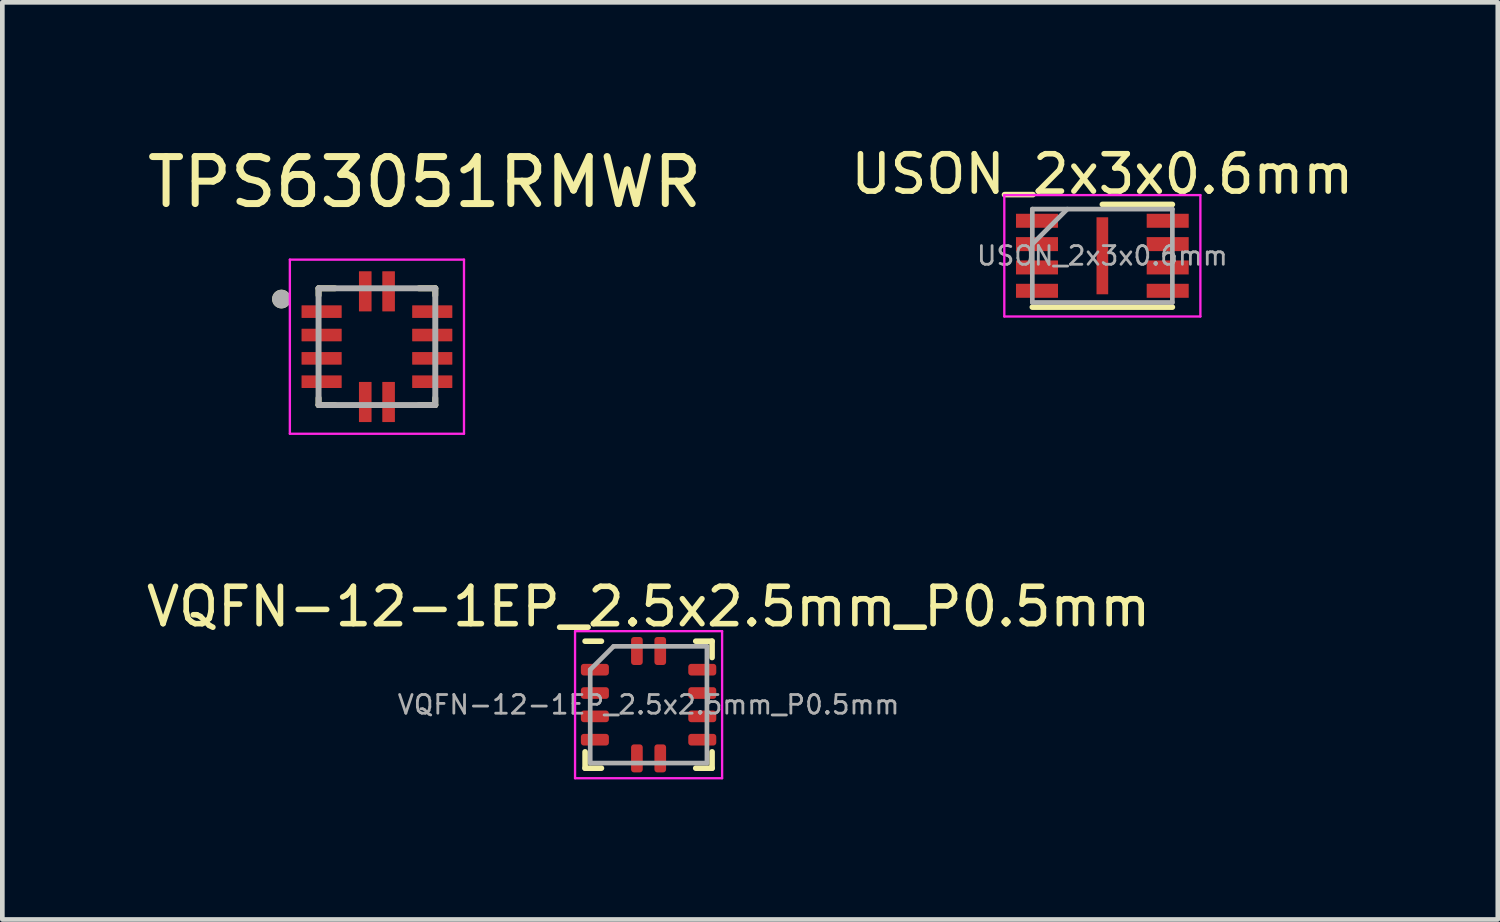
<source format=kicad_pcb>
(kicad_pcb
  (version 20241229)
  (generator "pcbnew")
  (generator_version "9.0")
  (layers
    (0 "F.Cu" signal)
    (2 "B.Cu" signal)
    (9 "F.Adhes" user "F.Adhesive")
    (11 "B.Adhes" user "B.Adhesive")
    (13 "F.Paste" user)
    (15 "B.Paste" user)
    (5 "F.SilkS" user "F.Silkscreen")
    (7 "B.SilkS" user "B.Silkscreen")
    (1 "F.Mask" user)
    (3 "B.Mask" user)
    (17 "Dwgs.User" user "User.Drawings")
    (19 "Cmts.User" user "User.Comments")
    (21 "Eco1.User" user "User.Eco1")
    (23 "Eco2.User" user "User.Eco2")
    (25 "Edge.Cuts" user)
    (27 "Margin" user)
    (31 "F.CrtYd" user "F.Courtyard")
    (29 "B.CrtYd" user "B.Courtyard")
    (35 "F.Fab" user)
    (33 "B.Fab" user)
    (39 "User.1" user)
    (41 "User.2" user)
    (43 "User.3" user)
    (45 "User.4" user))
  (footprint "TPS63051RMWR"
    (layer "F.Cu")
    (at 5.024 4.376)
    (property "Reference" "TPS63051RMWR" (at 1.022 -3.524 0) (layer "F.SilkS") (effects (font (size 1.007 1.007) (thickness 0.15))))
    (attr smd)
    (fp_line (start -1.25 -1.25) (end -1.25 -1.1) (stroke (width 0.127) (type solid)) (layer "F.SilkS"))
    (fp_line (start -1.25 -1.25) (end -0.9 -1.25) (stroke (width 0.127) (type solid)) (layer "F.SilkS"))
    (fp_line (start -1.25 1.25) (end -1.25 1.1) (stroke (width 0.127) (type solid)) (layer "F.SilkS"))
    (fp_line (start -1.25 1.25) (end -0.9 1.25) (stroke (width 0.127) (type solid)) (layer "F.SilkS"))
    (fp_line (start 1.25 -1.25) (end 0.9 -1.25) (stroke (width 0.127) (type solid)) (layer "F.SilkS"))
    (fp_line (start 1.25 -1.25) (end 1.25 -1.1) (stroke (width 0.127) (type solid)) (layer "F.SilkS"))
    (fp_line (start 1.25 1.25) (end 0.9 1.25) (stroke (width 0.127) (type solid)) (layer "F.SilkS"))
    (fp_line (start 1.25 1.25) (end 1.25 1.1) (stroke (width 0.127) (type solid)) (layer "F.SilkS"))
    (fp_circle (center -2.045 -1.02) (end -1.945 -1.02) (stroke (width 0.2) (type solid)) (fill no) (layer "F.SilkS"))
    (fp_line (start -1.865 -1.865) (end 1.865 -1.865) (stroke (width 0.05) (type solid)) (layer "F.CrtYd"))
    (fp_line (start -1.865 1.865) (end -1.865 -1.865) (stroke (width 0.05) (type solid)) (layer "F.CrtYd"))
    (fp_line (start -1.865 1.865) (end 1.865 1.865) (stroke (width 0.05) (type solid)) (layer "F.CrtYd"))
    (fp_line (start 1.865 1.865) (end 1.865 -1.865) (stroke (width 0.05) (type solid)) (layer "F.CrtYd"))
    (fp_line (start -1.25 1.25) (end -1.25 -1.25) (stroke (width 0.127) (type solid)) (layer "F.Fab"))
    (fp_line (start 1.25 -1.25) (end -1.25 -1.25) (stroke (width 0.127) (type solid)) (layer "F.Fab"))
    (fp_line (start 1.25 1.25) (end -1.25 1.25) (stroke (width 0.127) (type solid)) (layer "F.Fab"))
    (fp_line (start 1.25 1.25) (end 1.25 -1.25) (stroke (width 0.127) (type solid)) (layer "F.Fab"))
    (fp_circle (center -2.045 -1.02) (end -1.945 -1.02) (stroke (width 0.2) (type solid)) (fill no) (layer "F.Fab"))
    (pad "1" smd roundrect (at -1.185 -0.75) (size 0.86 0.27) (layers "F.Cu" "F.Mask" "F.Paste") (roundrect_rratio 0.03))
    (pad "2" smd roundrect (at -1.185 -0.25) (size 0.86 0.27) (layers "F.Cu" "F.Mask" "F.Paste") (roundrect_rratio 0.03))
    (pad "3" smd roundrect (at -1.185 0.25) (size 0.86 0.27) (layers "F.Cu" "F.Mask" "F.Paste") (roundrect_rratio 0.03))
    (pad "4" smd roundrect (at -1.185 0.75) (size 0.86 0.27) (layers "F.Cu" "F.Mask" "F.Paste") (roundrect_rratio 0.03))
    (pad "5" smd roundrect (at -0.25 1.185 90) (size 0.86 0.27) (layers "F.Cu" "F.Mask" "F.Paste") (roundrect_rratio 0.03))
    (pad "6" smd roundrect (at 0.25 1.185 90) (size 0.86 0.27) (layers "F.Cu" "F.Mask" "F.Paste") (roundrect_rratio 0.03))
    (pad "7" smd roundrect (at 1.185 0.75) (size 0.86 0.27) (layers "F.Cu" "F.Mask" "F.Paste") (roundrect_rratio 0.03))
    (pad "8" smd roundrect (at 1.185 0.25) (size 0.86 0.27) (layers "F.Cu" "F.Mask" "F.Paste") (roundrect_rratio 0.03))
    (pad "9" smd roundrect (at 1.185 -0.25) (size 0.86 0.27) (layers "F.Cu" "F.Mask" "F.Paste") (roundrect_rratio 0.03))
    (pad "10" smd roundrect (at 1.185 -0.75) (size 0.86 0.27) (layers "F.Cu" "F.Mask" "F.Paste") (roundrect_rratio 0.03))
    (pad "11" smd roundrect (at 0.25 -1.185 90) (size 0.86 0.27) (layers "F.Cu" "F.Mask" "F.Paste") (roundrect_rratio 0.03))
    (pad "12" smd roundrect (at -0.25 -1.185 90) (size 0.86 0.27) (layers "F.Cu" "F.Mask" "F.Paste") (roundrect_rratio 0.03)))
  (footprint "VQFN-12-1EP_2.5x2.5mm_P0.5mm"
    (layer "F.Cu")
    (at 10.843 12.045)
    (property "Reference" "VQFN-12-1EP_2.5x2.5mm_P0.5mm" (at 0 -2.1 0) (layer "F.SilkS") (effects (font (size 0.8 0.8) (thickness 0.12))))
    (attr smd)
    (fp_line (start -1.36 -1.36) (end -1.01 -1.36) (stroke (width 0.12) (type solid)) (layer "F.SilkS"))
    (fp_line (start -1.36 1.36) (end -1.36 1.01) (stroke (width 0.12) (type solid)) (layer "F.SilkS"))
    (fp_line (start -1.01 1.36) (end -1.36 1.36) (stroke (width 0.12) (type solid)) (layer "F.SilkS"))
    (fp_line (start 1.01 -1.36) (end 1.36 -1.36) (stroke (width 0.12) (type solid)) (layer "F.SilkS"))
    (fp_line (start 1.36 -1.36) (end 1.36 -1.01) (stroke (width 0.12) (type solid)) (layer "F.SilkS"))
    (fp_line (start 1.36 1.01) (end 1.36 1.36) (stroke (width 0.12) (type solid)) (layer "F.SilkS"))
    (fp_line (start 1.36 1.36) (end 1.01 1.36) (stroke (width 0.12) (type solid)) (layer "F.SilkS"))
    (fp_line (start -1.575 -1.575) (end -1.575 1.575) (stroke (width 0.05) (type solid)) (layer "F.CrtYd"))
    (fp_line (start -1.575 1.575) (end 1.575 1.575) (stroke (width 0.05) (type solid)) (layer "F.CrtYd"))
    (fp_line (start 1.575 -1.575) (end -1.575 -1.575) (stroke (width 0.05) (type solid)) (layer "F.CrtYd"))
    (fp_line (start 1.575 1.575) (end 1.575 -1.575) (stroke (width 0.05) (type solid)) (layer "F.CrtYd"))
    (fp_line (start -1.25 -0.75) (end -0.75 -1.25) (stroke (width 0.1) (type solid)) (layer "F.Fab"))
    (fp_line (start -1.25 1.25) (end -1.25 -0.75) (stroke (width 0.1) (type solid)) (layer "F.Fab"))
    (fp_line (start -0.75 -1.25) (end 1.25 -1.25) (stroke (width 0.1) (type solid)) (layer "F.Fab"))
    (fp_line (start 1.25 -1.25) (end 1.25 1.25) (stroke (width 0.1) (type solid)) (layer "F.Fab"))
    (fp_line (start 1.25 1.25) (end -1.25 1.25) (stroke (width 0.1) (type solid)) (layer "F.Fab"))
    (fp_text user "${REFERENCE}" (at 0 0 0) (layer "F.Fab") (effects (font (size 0.4 0.4) (thickness 0.06))))
    (pad "1" smd roundrect (at -1.15 -0.75) (size 0.6 0.25) (layers "F.Cu" "F.Mask" "F.Paste") (roundrect_rratio 0.25))
    (pad "2" smd roundrect (at -1.15 -0.25) (size 0.6 0.25) (layers "F.Cu" "F.Mask" "F.Paste") (roundrect_rratio 0.25))
    (pad "3" smd roundrect (at -1.15 0.25) (size 0.6 0.25) (layers "F.Cu" "F.Mask" "F.Paste") (roundrect_rratio 0.25))
    (pad "4" smd roundrect (at -1.15 0.75) (size 0.6 0.25) (layers "F.Cu" "F.Mask" "F.Paste") (roundrect_rratio 0.25))
    (pad "5" smd roundrect (at -0.25 1.15) (size 0.25 0.6) (layers "F.Cu" "F.Mask" "F.Paste") (roundrect_rratio 0.25))
    (pad "6" smd roundrect (at 0.25 1.15) (size 0.25 0.6) (layers "F.Cu" "F.Mask" "F.Paste") (roundrect_rratio 0.25))
    (pad "7" smd roundrect (at 1.15 0.75) (size 0.6 0.25) (layers "F.Cu" "F.Mask" "F.Paste") (roundrect_rratio 0.25))
    (pad "8" smd roundrect (at 1.15 0.25) (size 0.6 0.25) (layers "F.Cu" "F.Mask" "F.Paste") (roundrect_rratio 0.25))
    (pad "9" smd roundrect (at 1.15 -0.25) (size 0.6 0.25) (layers "F.Cu" "F.Mask" "F.Paste") (roundrect_rratio 0.25))
    (pad "10" smd roundrect (at 1.15 -0.75) (size 0.6 0.25) (layers "F.Cu" "F.Mask" "F.Paste") (roundrect_rratio 0.25))
    (pad "11" smd roundrect (at 0.25 -1.15) (size 0.25 0.6) (layers "F.Cu" "F.Mask" "F.Paste") (roundrect_rratio 0.25))
    (pad "12" smd roundrect (at -0.25 -1.15) (size 0.25 0.6) (layers "F.Cu" "F.Mask" "F.Paste") (roundrect_rratio 0.25)))
  (footprint "USON_2x3x0.6mm"
    (layer "F.Cu")
    (at 20.563 2.429)
    (property "Reference" "USON_2x3x0.6mm" (at 0 -1.75 0) (layer "F.SilkS") (effects (font (size 0.8 0.8) (thickness 0.12))))
    (attr smd)
    (fp_line (start -1.5 1.1) (end 1.5 1.1) (stroke (width 0.12) (type solid)) (layer "F.SilkS"))
    (fp_line (start 0 -1.1) (end 1.5 -1.1) (stroke (width 0.12) (type solid)) (layer "F.SilkS"))
    (fp_line (start -2.1 -1.3) (end 2.1 -1.3) (stroke (width 0.05) (type solid)) (layer "F.CrtYd"))
    (fp_line (start -2.1 1.3) (end -2.1 -1.3) (stroke (width 0.05) (type solid)) (layer "F.CrtYd"))
    (fp_line (start 2.1 -1.3) (end 2.1 1.3) (stroke (width 0.05) (type solid)) (layer "F.CrtYd"))
    (fp_line (start 2.1 1.3) (end -2.1 1.3) (stroke (width 0.05) (type solid)) (layer "F.CrtYd"))
    (fp_line (start -1.5 -1) (end 1.5 -1) (stroke (width 0.1) (type solid)) (layer "F.Fab"))
    (fp_line (start -1.5 -0.25) (end -0.75 -1) (stroke (width 0.1) (type solid)) (layer "F.Fab"))
    (fp_line (start -1.5 1) (end -1.5 -1) (stroke (width 0.1) (type solid)) (layer "F.Fab"))
    (fp_line (start 1.5 -1) (end 1.5 1) (stroke (width 0.1) (type solid)) (layer "F.Fab"))
    (fp_line (start 1.5 1) (end -1.5 1) (stroke (width 0.1) (type solid)) (layer "F.Fab"))
    (fp_text user "${REFERENCE}" (at 0 0 0) (layer "F.Fab") (effects (font (size 0.4 0.4) (thickness 0.06))))
    (pad "1" smd rect (at -1.4 -0.75 90) (size 0.3 0.9) (layers "F.Cu" "F.Mask" "F.Paste"))
    (pad "2" smd rect (at -1.4 -0.25 90) (size 0.3 0.9) (layers "F.Cu" "F.Mask" "F.Paste"))
    (pad "3" smd rect (at -1.4 0.25 90) (size 0.3 0.9) (layers "F.Cu" "F.Mask" "F.Paste"))
    (pad "4" smd rect (at -1.4 0.75 90) (size 0.3 0.9) (layers "F.Cu" "F.Mask" "F.Paste"))
    (pad "5" smd rect (at 1.4 0.75 90) (size 0.3 0.9) (layers "F.Cu" "F.Mask" "F.Paste"))
    (pad "6" smd rect (at 1.4 0.25 90) (size 0.3 0.9) (layers "F.Cu" "F.Mask" "F.Paste"))
    (pad "7" smd rect (at 1.4 -0.25 90) (size 0.3 0.9) (layers "F.Cu" "F.Mask" "F.Paste"))
    (pad "8" smd rect (at 1.4 -0.75 90) (size 0.3 0.9) (layers "F.Cu" "F.Mask" "F.Paste"))
    (pad "9" smd rect (at 0 0) (size 0.25 1.65) (layers "F.Cu" "F.Mask" "F.Paste")))
  (gr_rect
    (start -3 -3)
    (end 29.034 16.645)
    (stroke (width 0.1) (type default))
    (fill no)
    (layer "Edge.Cuts")))
</source>
